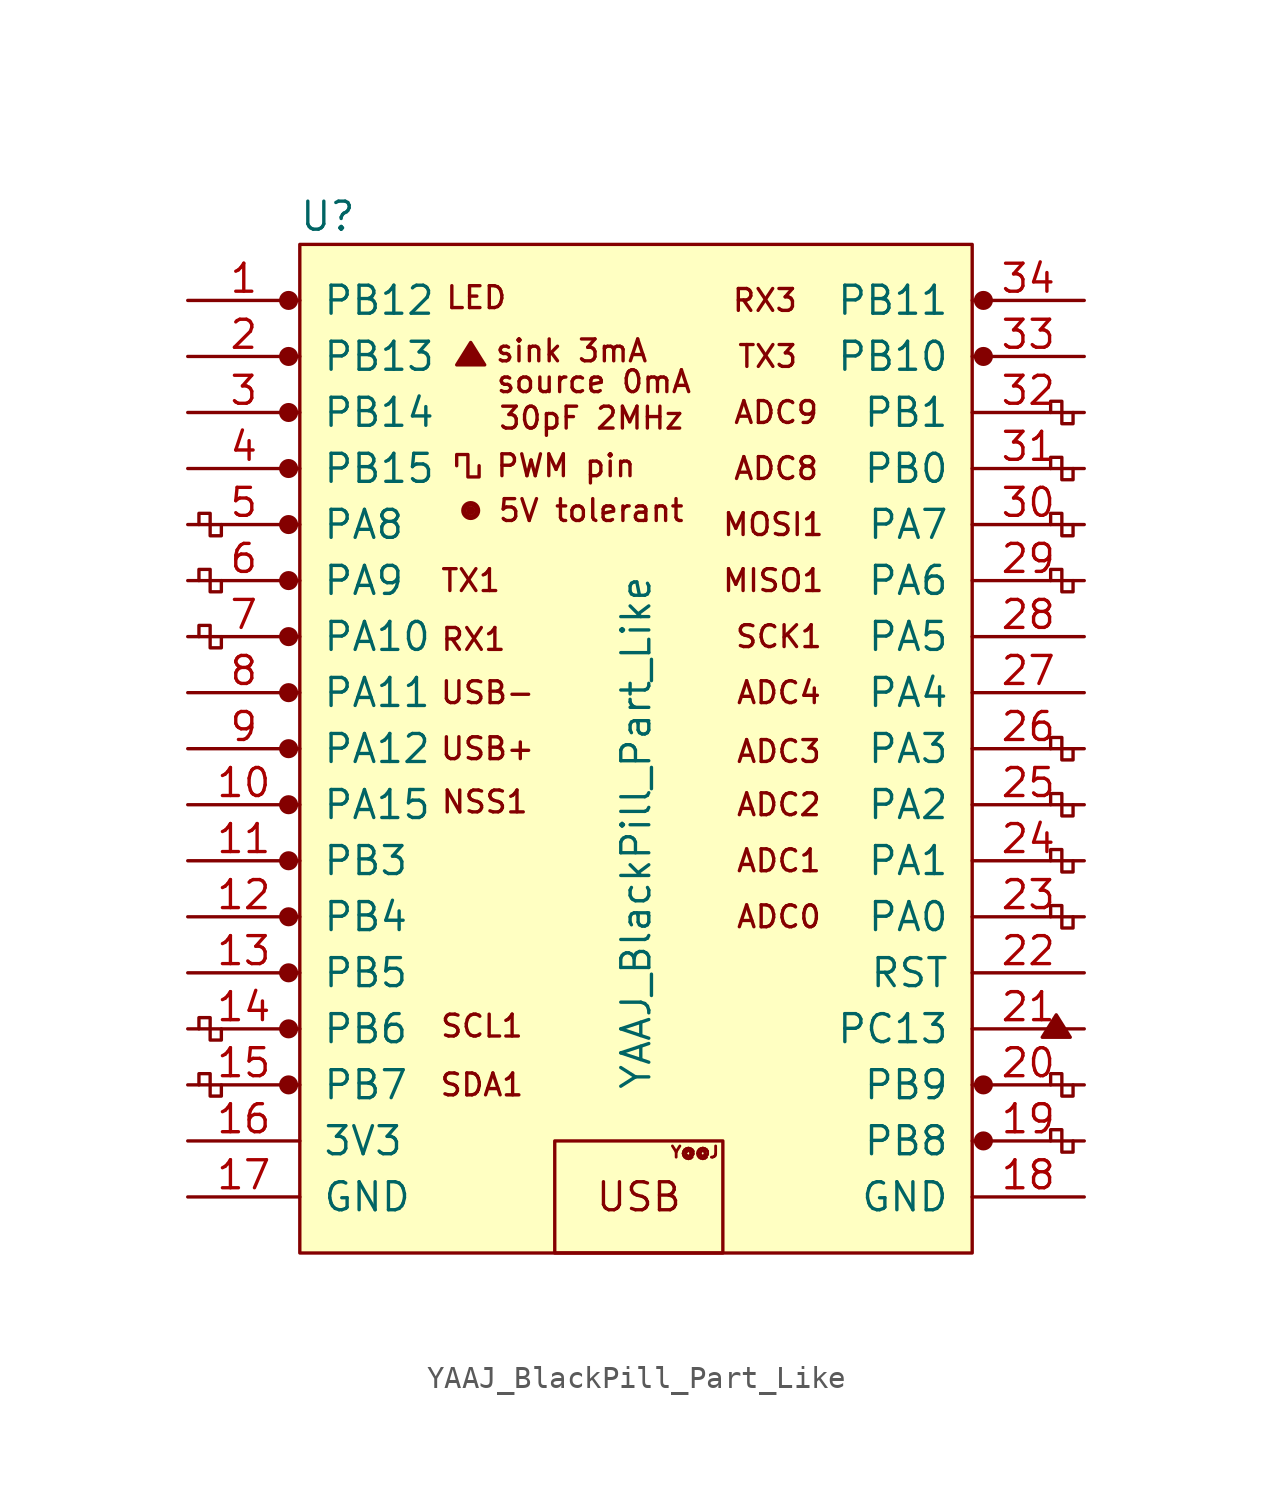
<source format=kicad_sym>
(kicad_symbol_lib
  (version 20241209)
  (generator "kicad_symbol_editor")
  (generator_version "9.0")
  (symbol "YAAJ_BlackPill_Part_Like"
    (pin_names
      (offset 1.016))
    (property "Reference" "U"
      (at -13.97 24.13 0)
      (effects (font (size 1.27 1.27))))
    (property "Value" "YAAJ_BlackPill_Part_Like"
      (at 0 -3.81 90)
      (effects (font (size 1.27 1.27))))
    (symbol "YAAJ_BlackPill_Part_Like_0_0"
      (circle (center -15.748 20.32) (radius 0.356) (stroke (width 0) (type solid)) (fill (type outline)))
      (circle (center -15.748 15.24) (radius 0.356) (stroke (width 0) (type solid)) (fill (type outline)))
      (circle (center -15.748 12.7) (radius 0.356) (stroke (width 0) (type solid)) (fill (type outline)))
      (circle (center -15.748 10.16) (radius 0.356) (stroke (width 0) (type solid)) (fill (type outline)))
      (circle (center -15.748 7.62) (radius 0.356) (stroke (width 0) (type solid)) (fill (type outline)))
      (circle (center -15.748 5.08) (radius 0.356) (stroke (width 0) (type solid)) (fill (type outline)))
      (circle (center -15.748 2.54) (radius 0.356) (stroke (width 0) (type solid)) (fill (type outline)))
      (circle (center -15.748 0) (radius 0.356) (stroke (width 0) (type solid)) (fill (type outline)))
      (circle (center -15.748 -2.54) (radius 0.356) (stroke (width 0) (type solid)) (fill (type outline)))
      (circle (center -15.748 -5.08) (radius 0.356) (stroke (width 0) (type solid)) (fill (type outline)))
      (circle (center -15.748 -7.62) (radius 0.356) (stroke (width 0) (type solid)) (fill (type outline)))
      (circle (center -15.748 -10.16) (radius 0.356) (stroke (width 0) (type solid)) (fill (type outline)))
      (circle (center -15.748 -12.7) (radius 0.356) (stroke (width 0) (type solid)) (fill (type outline)))
      (circle (center -15.748 -15.24) (radius 0.356) (stroke (width 0) (type solid)) (fill (type outline)))
      (polyline (pts (xy -8.128 17.399) (xy -7.493 18.415) (xy -6.858 17.399) (xy -8.128 17.399) (xy -7.493 18.288) (xy -6.985 17.399) (xy -8.001 17.526) (xy -7.493 18.161) (xy -7.112 17.399) (xy -7.874 17.653) (xy -7.366 18.034) (xy -7.239 17.399) (xy -7.747 17.78) (xy -7.239 17.907) (xy -7.366 17.526) (xy -7.62 17.78) (xy -7.366 17.653) (xy -7.493 17.907)) (stroke (width 0) (type solid)) (fill (type none)))
      (circle (center -7.493 10.795) (radius 0.127) (stroke (width 0) (type solid)) (fill (type outline)))
      (circle (center -7.493 10.795) (radius 0.254) (stroke (width 0) (type solid)) (fill (type none)))
      (circle (center -7.493 10.795) (radius 0.356) (stroke (width 0) (type solid)) (fill (type none)))
      (circle (center 15.748 20.32) (radius 0.254) (stroke (width 0) (type solid)) (fill (type outline)))
      (circle (center 15.748 20.32) (radius 0.356) (stroke (width 0) (type solid)) (fill (type none)))
      (circle (center 15.748 17.78) (radius 0.254) (stroke (width 0) (type solid)) (fill (type outline)))
      (circle (center 15.748 17.78) (radius 0.356) (stroke (width 0) (type solid)) (fill (type none)))
      (circle (center 15.748 -15.24) (radius 0.356) (stroke (width 0) (type solid)) (fill (type outline)))
      (circle (center 15.748 -17.78) (radius 0.356) (stroke (width 0) (type solid)) (fill (type outline)))
      (polyline (pts (xy 18.415 -13.081) (xy 19.05 -12.065) (xy 19.685 -13.081) (xy 18.415 -13.081) (xy 19.05 -12.192) (xy 19.558 -13.081) (xy 18.542 -12.954) (xy 19.05 -12.319) (xy 19.431 -13.081) (xy 18.669 -12.827) (xy 19.177 -12.446) (xy 19.304 -13.081) (xy 18.796 -12.7) (xy 19.304 -12.573) (xy 19.177 -12.954) (xy 18.923 -12.7) (xy 19.177 -12.827) (xy 19.05 -12.573)) (stroke (width 0) (type solid)) (fill (type none)))
      (text "TX1" (at -7.493 7.62 0) (effects (font (size 0.991 0.991))))
      (text "RX1" (at -7.366 4.953 0) (effects (font (size 0.991 0.991))))
      (text "LED" (at -7.239 20.447 0) (effects (font (size 0.991 0.991))))
      (text "SCL1" (at -6.985 -12.573 0) (effects (font (size 0.991 0.991))))
      (text "SDA1" (at -6.985 -15.24 0) (effects (font (size 0.991 0.991))))
      (text "NSS1" (at -6.858 -2.413 0) (effects (font (size 0.991 0.991))))
      (text "USB-" (at -6.731 2.54 0) (effects (font (size 0.991 0.991))))
      (text "USB+" (at -6.731 0 0) (effects (font (size 0.991 0.991))))
      (text "PWM pin" (at -3.175 12.827 0) (effects (font (size 0.991 0.991))))
      (text "sink 3mA" (at -2.921 18.034 0) (effects (font (size 0.991 0.991))))
      (text "30pF 2MHz" (at -2.032 14.986 0) (effects (font (size 0.991 0.991))))
      (text "5V tolerant" (at -2.032 10.795 0) (effects (font (size 0.991 0.991))))
      (text "source 0mA" (at -1.905 16.637 0) (effects (font (size 0.991 0.991))))
      (text "USB" (at 0.127 -20.32 0) (effects (font (size 1.27 1.27))))
      (text "Y@@J" (at 2.667 -18.288 0) (effects (font (size 0.508 0.508))))
      (text "RX3" (at 5.842 20.32 0) (effects (font (size 0.991 0.991))))
      (text "TX3" (at 5.969 17.78 0) (effects (font (size 0.991 0.991))))
      (text "MOSI1" (at 6.223 10.16 0) (effects (font (size 0.991 0.991))))
      (text "MISO1" (at 6.223 7.62 0) (effects (font (size 0.991 0.991))))
      (text "ADC9" (at 6.35 15.24 0) (effects (font (size 0.991 0.991))))
      (text "ADC8" (at 6.35 12.7 0) (effects (font (size 0.991 0.991))))
      (text "SCK1" (at 6.477 5.08 0) (effects (font (size 0.991 0.991))))
      (text "ADC4" (at 6.477 2.54 0) (effects (font (size 0.991 0.991))))
      (text "ADC3" (at 6.477 -0.127 0) (effects (font (size 0.991 0.991))))
      (text "ADC2" (at 6.477 -2.54 0) (effects (font (size 0.991 0.991))))
      (text "ADC1" (at 6.477 -5.08 0) (effects (font (size 0.991 0.991))))
      (text "ADC0" (at 6.477 -7.62 0) (effects (font (size 0.991 0.991)))))
    (symbol "YAAJ_BlackPill_Part_Like_0_1"
      (polyline (pts (xy -18.796 10.16) (xy -18.796 9.652) (xy -19.304 9.652) (xy -19.304 10.668) (xy -19.812 10.668) (xy -19.812 10.16)) (stroke (width 0) (type solid)) (fill (type none)))
      (polyline (pts (xy -18.796 7.62) (xy -18.796 7.112) (xy -19.304 7.112) (xy -19.304 8.128) (xy -19.812 8.128) (xy -19.812 7.62)) (stroke (width 0) (type solid)) (fill (type none)))
      (polyline (pts (xy -18.796 5.08) (xy -18.796 4.572) (xy -19.304 4.572) (xy -19.304 5.588) (xy -19.812 5.588) (xy -19.812 5.08)) (stroke (width 0) (type solid)) (fill (type none)))
      (polyline (pts (xy -18.796 -12.7) (xy -18.796 -13.208) (xy -19.304 -13.208) (xy -19.304 -12.192) (xy -19.812 -12.192) (xy -19.812 -12.7)) (stroke (width 0) (type solid)) (fill (type none)))
      (polyline (pts (xy -18.796 -15.24) (xy -18.796 -15.748) (xy -19.304 -15.748) (xy -19.304 -14.732) (xy -19.812 -14.732) (xy -19.812 -15.24)) (stroke (width 0) (type solid)) (fill (type none)))
      (rectangle (start -15.24 22.86) (end 15.24 -22.86) (stroke (width 0) (type solid)) (fill (type background)))
      (polyline (pts (xy -7.112 12.827) (xy -7.112 12.319) (xy -7.62 12.319) (xy -7.62 13.335) (xy -8.128 13.335) (xy -8.128 12.827)) (stroke (width 0) (type solid)) (fill (type none)))
      (rectangle (start 3.937 -17.78) (end -3.683 -22.86) (stroke (width 0) (type solid)) (fill (type none)))
      (polyline (pts (xy 18.796 -15.24) (xy 18.796 -14.732) (xy 19.304 -14.732) (xy 19.304 -15.748) (xy 19.812 -15.748) (xy 19.812 -15.24)) (stroke (width 0) (type solid)) (fill (type none)))
      (polyline (pts (xy 18.796 -17.78) (xy 18.796 -17.272) (xy 19.304 -17.272) (xy 19.304 -18.288) (xy 19.812 -18.288) (xy 19.812 -17.78)) (stroke (width 0) (type solid)) (fill (type none)))
      (polyline (pts (xy 19.812 15.24) (xy 19.812 14.732) (xy 19.304 14.732) (xy 19.304 15.748) (xy 18.796 15.748) (xy 18.796 15.24)) (stroke (width 0) (type solid)) (fill (type none)))
      (polyline (pts (xy 19.812 12.7) (xy 19.812 12.192) (xy 19.304 12.192) (xy 19.304 13.208) (xy 18.796 13.208) (xy 18.796 12.7)) (stroke (width 0) (type solid)) (fill (type none)))
      (polyline (pts (xy 19.812 10.16) (xy 19.812 9.652) (xy 19.304 9.652) (xy 19.304 10.668) (xy 18.796 10.668) (xy 18.796 10.16)) (stroke (width 0) (type solid)) (fill (type none)))
      (polyline (pts (xy 19.812 7.62) (xy 19.812 7.112) (xy 19.304 7.112) (xy 19.304 8.128) (xy 18.796 8.128) (xy 18.796 7.62)) (stroke (width 0) (type solid)) (fill (type none)))
      (polyline (pts (xy 19.812 0) (xy 19.812 -0.508) (xy 19.304 -0.508) (xy 19.304 0.508) (xy 18.796 0.508) (xy 18.796 0)) (stroke (width 0) (type solid)) (fill (type none)))
      (polyline (pts (xy 19.812 -2.54) (xy 19.812 -3.048) (xy 19.304 -3.048) (xy 19.304 -2.032) (xy 18.796 -2.032) (xy 18.796 -2.54)) (stroke (width 0) (type solid)) (fill (type none)))
      (polyline (pts (xy 19.812 -5.08) (xy 19.812 -5.588) (xy 19.304 -5.588) (xy 19.304 -4.572) (xy 18.796 -4.572) (xy 18.796 -5.08)) (stroke (width 0) (type solid)) (fill (type none)))
      (polyline (pts (xy 19.812 -7.62) (xy 19.812 -8.128) (xy 19.304 -8.128) (xy 19.304 -7.112) (xy 18.796 -7.112) (xy 18.796 -7.62)) (stroke (width 0) (type solid)) (fill (type none))))
    (symbol "YAAJ_BlackPill_Part_Like_1_1"
      (circle (center -15.748 17.78) (radius 0.356) (stroke (width 0) (type solid)) (fill (type outline)))
      (pin bidirectional line (at -20.32 20.32 0) (length 5.08) (name "PB12" (effects (font (size 1.27 1.27)))) (number "1" (effects (font (size 1.27 1.27)))))
      (pin bidirectional line (at -20.32 17.78 0) (length 5.08) (name "PB13" (effects (font (size 1.27 1.27)))) (number "2" (effects (font (size 1.27 1.27)))))
      (pin bidirectional line (at -20.32 15.24 0) (length 5.08) (name "PB14" (effects (font (size 1.27 1.27)))) (number "3" (effects (font (size 1.27 1.27)))))
      (pin bidirectional line (at -20.32 12.7 0) (length 5.08) (name "PB15" (effects (font (size 1.27 1.27)))) (number "4" (effects (font (size 1.27 1.27)))))
      (pin bidirectional line (at -20.32 10.16 0) (length 5.08) (name "PA8" (effects (font (size 1.27 1.27)))) (number "5" (effects (font (size 1.27 1.27)))))
      (pin bidirectional line (at -20.32 7.62 0) (length 5.08) (name "PA9" (effects (font (size 1.27 1.27)))) (number "6" (effects (font (size 1.27 1.27)))))
      (pin bidirectional line (at -20.32 5.08 0) (length 5.08) (name "PA10" (effects (font (size 1.27 1.27)))) (number "7" (effects (font (size 1.27 1.27)))))
      (pin bidirectional line (at -20.32 2.54 0) (length 5.08) (name "PA11" (effects (font (size 1.27 1.27)))) (number "8" (effects (font (size 1.27 1.27)))))
      (pin bidirectional line (at -20.32 0 0) (length 5.08) (name "PA12" (effects (font (size 1.27 1.27)))) (number "9" (effects (font (size 1.27 1.27)))))
      (pin bidirectional line (at -20.32 -2.54 0) (length 5.08) (name "PA15" (effects (font (size 1.27 1.27)))) (number "10" (effects (font (size 1.27 1.27)))))
      (pin bidirectional line (at -20.32 -5.08 0) (length 5.08) (name "PB3" (effects (font (size 1.27 1.27)))) (number "11" (effects (font (size 1.27 1.27)))))
      (pin bidirectional line (at -20.32 -7.62 0) (length 5.08) (name "PB4" (effects (font (size 1.27 1.27)))) (number "12" (effects (font (size 1.27 1.27)))))
      (pin bidirectional line (at -20.32 -10.16 0) (length 5.08) (name "PB5" (effects (font (size 1.27 1.27)))) (number "13" (effects (font (size 1.27 1.27)))))
      (pin bidirectional line (at -20.32 -12.7 0) (length 5.08) (name "PB6" (effects (font (size 1.27 1.27)))) (number "14" (effects (font (size 1.27 1.27)))))
      (pin bidirectional line (at -20.32 -15.24 0) (length 5.08) (name "PB7" (effects (font (size 1.27 1.27)))) (number "15" (effects (font (size 1.27 1.27)))))
      (pin power_in line (at -20.32 -17.78 0) (length 5.08) (name "3V3" (effects (font (size 1.27 1.27)))) (number "16" (effects (font (size 1.27 1.27)))))
      (pin power_in line (at -20.32 -20.32 0) (length 5.08) (name "GND" (effects (font (size 1.27 1.27)))) (number "17" (effects (font (size 1.27 1.27)))))
      (pin bidirectional line (at 20.32 20.32 180) (length 5.08) (name "PB11" (effects (font (size 1.27 1.27)))) (number "34" (effects (font (size 1.27 1.27)))))
      (pin bidirectional line (at 20.32 17.78 180) (length 5.08) (name "PB10" (effects (font (size 1.27 1.27)))) (number "33" (effects (font (size 1.27 1.27)))))
      (pin bidirectional line (at 20.32 15.24 180) (length 5.08) (name "PB1" (effects (font (size 1.27 1.27)))) (number "32" (effects (font (size 1.27 1.27)))))
      (pin bidirectional line (at 20.32 12.7 180) (length 5.08) (name "PB0" (effects (font (size 1.27 1.27)))) (number "31" (effects (font (size 1.27 1.27)))))
      (pin bidirectional line (at 20.32 10.16 180) (length 5.08) (name "PA7" (effects (font (size 1.27 1.27)))) (number "30" (effects (font (size 1.27 1.27)))))
      (pin bidirectional line (at 20.32 7.62 180) (length 5.08) (name "PA6" (effects (font (size 1.27 1.27)))) (number "29" (effects (font (size 1.27 1.27)))))
      (pin bidirectional line (at 20.32 5.08 180) (length 5.08) (name "PA5" (effects (font (size 1.27 1.27)))) (number "28" (effects (font (size 1.27 1.27)))))
      (pin bidirectional line (at 20.32 2.54 180) (length 5.08) (name "PA4" (effects (font (size 1.27 1.27)))) (number "27" (effects (font (size 1.27 1.27)))))
      (pin bidirectional line (at 20.32 0 180) (length 5.08) (name "PA3" (effects (font (size 1.27 1.27)))) (number "26" (effects (font (size 1.27 1.27)))))
      (pin bidirectional line (at 20.32 -2.54 180) (length 5.08) (name "PA2" (effects (font (size 1.27 1.27)))) (number "25" (effects (font (size 1.27 1.27)))))
      (pin bidirectional line (at 20.32 -5.08 180) (length 5.08) (name "PA1" (effects (font (size 1.27 1.27)))) (number "24" (effects (font (size 1.27 1.27)))))
      (pin bidirectional line (at 20.32 -7.62 180) (length 5.08) (name "PA0" (effects (font (size 1.27 1.27)))) (number "23" (effects (font (size 1.27 1.27)))))
      (pin input line (at 20.32 -10.16 180) (length 5.08) (name "RST" (effects (font (size 1.27 1.27)))) (number "22" (effects (font (size 1.27 1.27)))))
      (pin bidirectional line (at 20.32 -12.7 180) (length 5.08) (name "PC13" (effects (font (size 1.27 1.27)))) (number "21" (effects (font (size 1.27 1.27)))))
      (pin bidirectional line (at 20.32 -15.24 180) (length 5.08) (name "PB9" (effects (font (size 1.27 1.27)))) (number "20" (effects (font (size 1.27 1.27)))))
      (pin bidirectional line (at 20.32 -17.78 180) (length 5.08) (name "PB8" (effects (font (size 1.27 1.27)))) (number "19" (effects (font (size 1.27 1.27)))))
      (pin power_in line (at 20.32 -20.32 180) (length 5.08) (name "GND" (effects (font (size 1.27 1.27)))) (number "18" (effects (font (size 1.27 1.27))))))))
</source>
